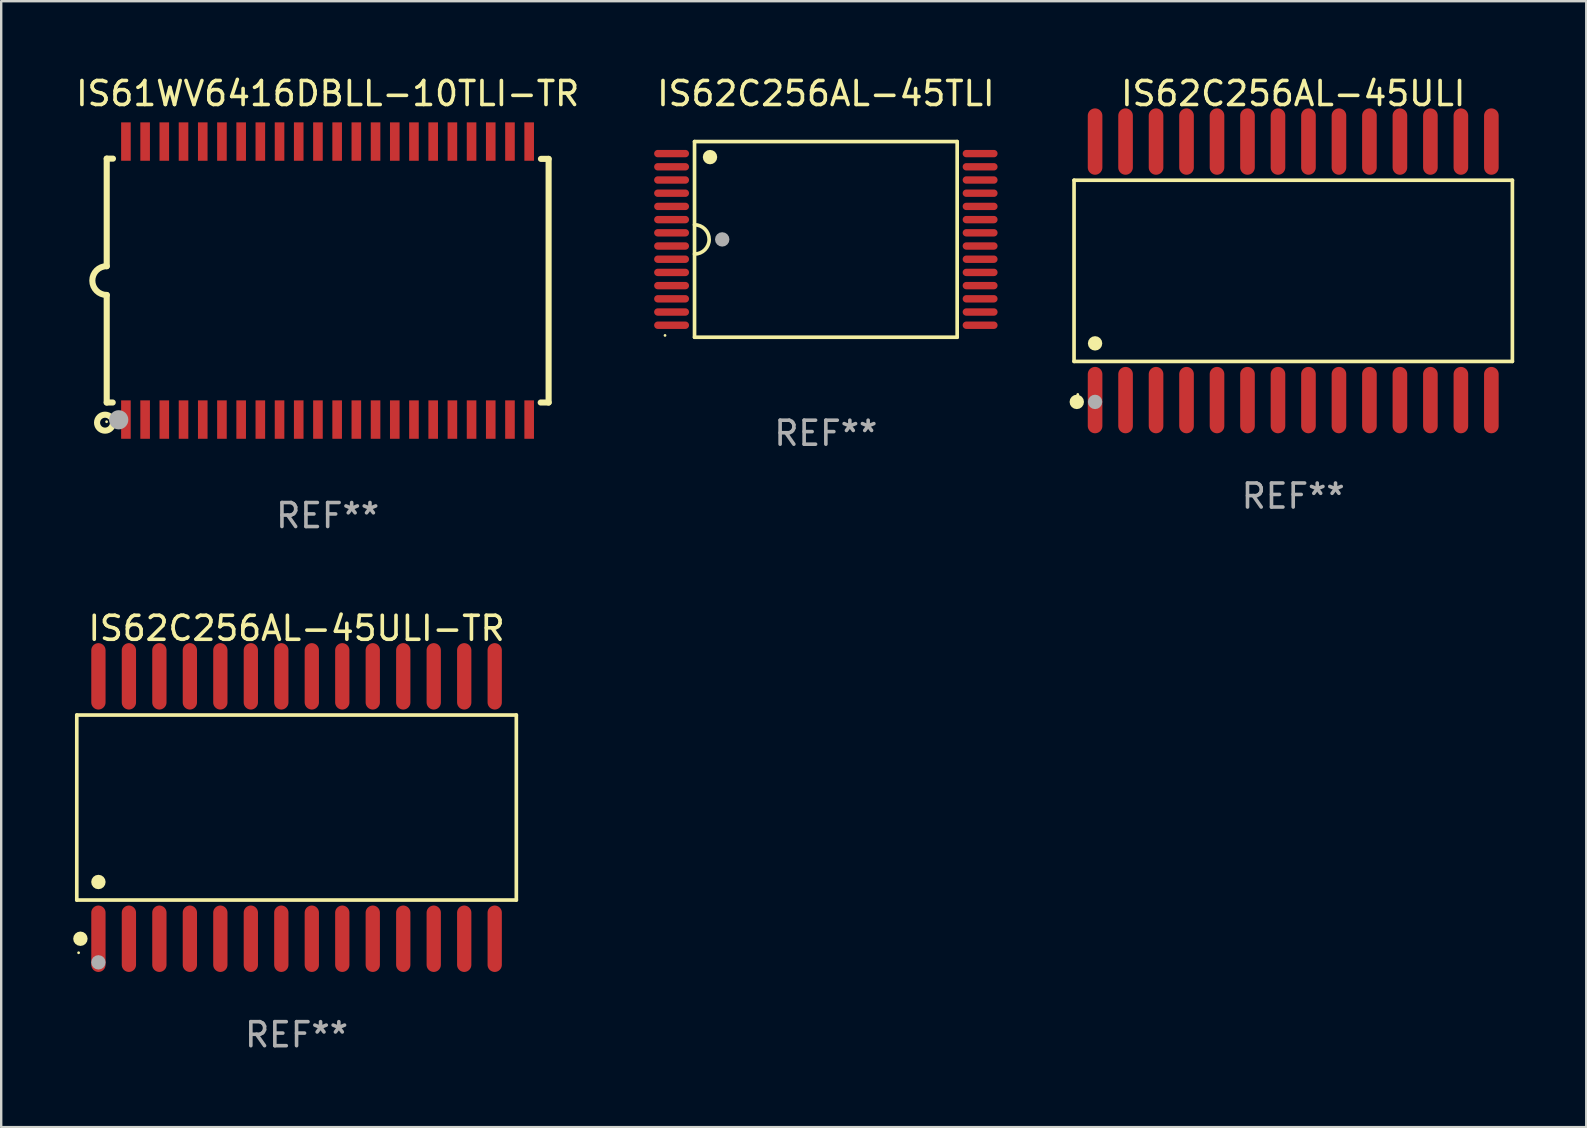
<source format=kicad_pcb>
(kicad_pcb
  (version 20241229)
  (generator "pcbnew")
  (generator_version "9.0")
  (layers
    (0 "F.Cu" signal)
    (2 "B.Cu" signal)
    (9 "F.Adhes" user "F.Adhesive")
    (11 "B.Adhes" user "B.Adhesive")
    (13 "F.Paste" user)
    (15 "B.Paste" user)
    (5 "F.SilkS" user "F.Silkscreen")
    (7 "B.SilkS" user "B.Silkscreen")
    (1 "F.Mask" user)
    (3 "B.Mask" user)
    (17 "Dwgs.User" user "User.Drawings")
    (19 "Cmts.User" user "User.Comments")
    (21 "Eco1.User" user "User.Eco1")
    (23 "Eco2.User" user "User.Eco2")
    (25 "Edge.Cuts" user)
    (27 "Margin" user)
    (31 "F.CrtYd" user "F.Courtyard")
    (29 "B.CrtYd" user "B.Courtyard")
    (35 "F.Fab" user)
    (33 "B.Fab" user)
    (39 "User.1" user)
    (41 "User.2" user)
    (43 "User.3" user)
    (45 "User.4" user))
  (footprint "IS62C256AL-45ULI-TR"
    (layer "F.Cu")
    (at 9.305 30.593)
    (property "Reference" "IS62C256AL-45ULI-TR" (at 0 -7.466 0) (layer "F.SilkS") (effects (font (size 1 1) (thickness 0.15))))
    (attr through_hole)
    (fp_line (start -9.156 -3.854) (end 9.156 -3.854) (stroke (width 0.152) (type solid)) (layer "F.SilkS"))
    (fp_line (start -9.156 3.854) (end -9.156 -3.854) (stroke (width 0.152) (type solid)) (layer "F.SilkS"))
    (fp_line (start 9.156 -3.854) (end 9.156 3.854) (stroke (width 0.152) (type solid)) (layer "F.SilkS"))
    (fp_line (start 9.156 3.854) (end -9.156 3.854) (stroke (width 0.152) (type solid)) (layer "F.SilkS"))
    (fp_circle (center -9.08 6.05) (end -9.05 6.05) (stroke (width 0.06) (type solid)) (fill no) (layer "F.SilkS"))
    (fp_circle (center -9.005 5.466) (end -8.855 5.466) (stroke (width 0.3) (type solid)) (fill no) (layer "F.SilkS"))
    (fp_circle (center -8.255 3.102) (end -8.105 3.102) (stroke (width 0.3) (type solid)) (fill no) (layer "F.SilkS"))
    (fp_circle (center -8.255 6.45) (end -8.105 6.45) (stroke (width 0.3) (type solid)) (fill no) (layer "F.Fab"))
    (fp_text user "REF**" (at 0 9.466 0) (layer "F.Fab") (effects (font (size 1 1) (thickness 0.15))))
    (pad "1" smd oval (at -8.255 5.466) (size 0.595 2.766) (layers "F.Cu" "F.Mask" "F.Paste"))
    (pad "2" smd oval (at -6.985 5.466) (size 0.595 2.766) (layers "F.Cu" "F.Mask" "F.Paste"))
    (pad "3" smd oval (at -5.715 5.466) (size 0.595 2.766) (layers "F.Cu" "F.Mask" "F.Paste"))
    (pad "4" smd oval (at -4.445 5.466) (size 0.595 2.766) (layers "F.Cu" "F.Mask" "F.Paste"))
    (pad "5" smd oval (at -3.175 5.466) (size 0.595 2.766) (layers "F.Cu" "F.Mask" "F.Paste"))
    (pad "6" smd oval (at -1.905 5.466) (size 0.595 2.766) (layers "F.Cu" "F.Mask" "F.Paste"))
    (pad "7" smd oval (at -0.635 5.466) (size 0.595 2.766) (layers "F.Cu" "F.Mask" "F.Paste"))
    (pad "8" smd oval (at 0.635 5.466) (size 0.595 2.766) (layers "F.Cu" "F.Mask" "F.Paste"))
    (pad "9" smd oval (at 1.905 5.466) (size 0.595 2.766) (layers "F.Cu" "F.Mask" "F.Paste"))
    (pad "10" smd oval (at 3.175 5.466) (size 0.595 2.766) (layers "F.Cu" "F.Mask" "F.Paste"))
    (pad "11" smd oval (at 4.445 5.466) (size 0.595 2.766) (layers "F.Cu" "F.Mask" "F.Paste"))
    (pad "12" smd oval (at 5.715 5.466) (size 0.595 2.766) (layers "F.Cu" "F.Mask" "F.Paste"))
    (pad "13" smd oval (at 6.985 5.466) (size 0.595 2.766) (layers "F.Cu" "F.Mask" "F.Paste"))
    (pad "14" smd oval (at 8.255 5.466) (size 0.595 2.766) (layers "F.Cu" "F.Mask" "F.Paste"))
    (pad "15" smd oval (at 8.255 -5.466) (size 0.595 2.766) (layers "F.Cu" "F.Mask" "F.Paste"))
    (pad "16" smd oval (at 6.985 -5.466) (size 0.595 2.766) (layers "F.Cu" "F.Mask" "F.Paste"))
    (pad "17" smd oval (at 5.715 -5.466) (size 0.595 2.766) (layers "F.Cu" "F.Mask" "F.Paste"))
    (pad "18" smd oval (at 4.445 -5.466) (size 0.595 2.766) (layers "F.Cu" "F.Mask" "F.Paste"))
    (pad "19" smd oval (at 3.175 -5.466) (size 0.595 2.766) (layers "F.Cu" "F.Mask" "F.Paste"))
    (pad "20" smd oval (at 1.905 -5.466) (size 0.595 2.766) (layers "F.Cu" "F.Mask" "F.Paste"))
    (pad "21" smd oval (at 0.635 -5.466) (size 0.595 2.766) (layers "F.Cu" "F.Mask" "F.Paste"))
    (pad "22" smd oval (at -0.635 -5.466) (size 0.595 2.766) (layers "F.Cu" "F.Mask" "F.Paste"))
    (pad "23" smd oval (at -1.905 -5.466) (size 0.595 2.766) (layers "F.Cu" "F.Mask" "F.Paste"))
    (pad "24" smd oval (at -3.175 -5.466) (size 0.595 2.766) (layers "F.Cu" "F.Mask" "F.Paste"))
    (pad "25" smd oval (at -4.445 -5.466) (size 0.595 2.766) (layers "F.Cu" "F.Mask" "F.Paste"))
    (pad "26" smd oval (at -5.715 -5.466) (size 0.595 2.766) (layers "F.Cu" "F.Mask" "F.Paste"))
    (pad "27" smd oval (at -6.985 -5.466) (size 0.595 2.766) (layers "F.Cu" "F.Mask" "F.Paste"))
    (pad "28" smd oval (at -8.255 -5.466) (size 0.595 2.766) (layers "F.Cu" "F.Mask" "F.Paste")))
  (footprint "IS62C256AL-45TLI"
    (layer "F.Cu")
    (at 31.356 6.924)
    (property "Reference" "IS62C256AL-45TLI" (at 0 -6.076 0) (layer "F.SilkS") (effects (font (size 1 1) (thickness 0.15))))
    (attr through_hole)
    (fp_line (start -5.471 -4.076) (end 5.471 -4.076) (stroke (width 0.152) (type solid)) (layer "F.SilkS"))
    (fp_line (start -5.471 4.076) (end -5.471 -4.076) (stroke (width 0.152) (type solid)) (layer "F.SilkS"))
    (fp_line (start 5.471 -4.076) (end 5.471 4.076) (stroke (width 0.152) (type solid)) (layer "F.SilkS"))
    (fp_line (start 5.471 4.076) (end -5.471 4.076) (stroke (width 0.152) (type solid)) (layer "F.SilkS"))
    (fp_arc (start -5.471424 -0.609524) (mid -4.861875 -0.000113) (end -5.471171 0.60955) (stroke (width 0.1524) (type solid)) (layer "F.SilkS"))
    (fp_circle (center -6.7 4) (end -6.67 4) (stroke (width 0.06) (type solid)) (fill no) (layer "F.SilkS"))
    (fp_circle (center -4.826 -3.429) (end -4.676 -3.429) (stroke (width 0.3) (type solid)) (fill no) (layer "F.SilkS"))
    (fp_circle (center -4.318 0) (end -4.168 0) (stroke (width 0.3) (type solid)) (fill no) (layer "F.Fab"))
    (fp_text user "REF**" (at 0 8.076 0) (layer "F.Fab") (effects (font (size 1 1) (thickness 0.15))))
    (pad "1" smd oval (at -6.427 0.275 270) (size 0.308 1.454) (layers "F.Cu" "F.Mask" "F.Paste"))
    (pad "2" smd oval (at -6.427 0.825 270) (size 0.308 1.454) (layers "F.Cu" "F.Mask" "F.Paste"))
    (pad "3" smd oval (at -6.427 1.375 270) (size 0.308 1.454) (layers "F.Cu" "F.Mask" "F.Paste"))
    (pad "4" smd oval (at -6.427 1.925 270) (size 0.308 1.454) (layers "F.Cu" "F.Mask" "F.Paste"))
    (pad "5" smd oval (at -6.427 2.475 270) (size 0.308 1.454) (layers "F.Cu" "F.Mask" "F.Paste"))
    (pad "6" smd oval (at -6.427 3.025 270) (size 0.308 1.454) (layers "F.Cu" "F.Mask" "F.Paste"))
    (pad "7" smd oval (at -6.427 3.575 270) (size 0.308 1.454) (layers "F.Cu" "F.Mask" "F.Paste"))
    (pad "8" smd oval (at 6.427 3.575 270) (size 0.308 1.454) (layers "F.Cu" "F.Mask" "F.Paste"))
    (pad "9" smd oval (at 6.427 3.025 270) (size 0.308 1.454) (layers "F.Cu" "F.Mask" "F.Paste"))
    (pad "10" smd oval (at 6.427 2.475 270) (size 0.308 1.454) (layers "F.Cu" "F.Mask" "F.Paste"))
    (pad "11" smd oval (at 6.427 1.925 270) (size 0.308 1.454) (layers "F.Cu" "F.Mask" "F.Paste"))
    (pad "12" smd oval (at 6.427 1.375 270) (size 0.308 1.454) (layers "F.Cu" "F.Mask" "F.Paste"))
    (pad "13" smd oval (at 6.427 0.825 270) (size 0.308 1.454) (layers "F.Cu" "F.Mask" "F.Paste"))
    (pad "14" smd oval (at 6.427 0.275 270) (size 0.308 1.454) (layers "F.Cu" "F.Mask" "F.Paste"))
    (pad "15" smd oval (at 6.427 -0.275 270) (size 0.308 1.454) (layers "F.Cu" "F.Mask" "F.Paste"))
    (pad "16" smd oval (at 6.427 -0.825 270) (size 0.308 1.454) (layers "F.Cu" "F.Mask" "F.Paste"))
    (pad "17" smd oval (at 6.427 -1.375 270) (size 0.308 1.454) (layers "F.Cu" "F.Mask" "F.Paste"))
    (pad "18" smd oval (at 6.427 -1.925 270) (size 0.308 1.454) (layers "F.Cu" "F.Mask" "F.Paste"))
    (pad "19" smd oval (at 6.427 -2.475 270) (size 0.308 1.454) (layers "F.Cu" "F.Mask" "F.Paste"))
    (pad "20" smd oval (at 6.427 -3.025 270) (size 0.308 1.454) (layers "F.Cu" "F.Mask" "F.Paste"))
    (pad "21" smd oval (at 6.427 -3.575 270) (size 0.308 1.454) (layers "F.Cu" "F.Mask" "F.Paste"))
    (pad "22" smd oval (at -6.427 -3.575 270) (size 0.308 1.454) (layers "F.Cu" "F.Mask" "F.Paste"))
    (pad "23" smd oval (at -6.427 -3.025 270) (size 0.308 1.454) (layers "F.Cu" "F.Mask" "F.Paste"))
    (pad "24" smd oval (at -6.427 -2.475 270) (size 0.308 1.454) (layers "F.Cu" "F.Mask" "F.Paste"))
    (pad "25" smd oval (at -6.427 -1.925 270) (size 0.308 1.454) (layers "F.Cu" "F.Mask" "F.Paste"))
    (pad "26" smd oval (at -6.427 -1.375 270) (size 0.308 1.454) (layers "F.Cu" "F.Mask" "F.Paste"))
    (pad "27" smd oval (at -6.427 -0.825 270) (size 0.308 1.454) (layers "F.Cu" "F.Mask" "F.Paste"))
    (pad "28" smd oval (at -6.427 -0.275 270) (size 0.308 1.454) (layers "F.Cu" "F.Mask" "F.Paste")))
  (footprint "IS62C256AL-45ULI"
    (layer "F.Cu")
    (at 50.827 8.233)
    (property "Reference" "IS62C256AL-45ULI" (at 0 -7.385 0) (layer "F.SilkS") (effects (font (size 1 1) (thickness 0.15))))
    (attr through_hole)
    (fp_line (start -9.131 -3.774) (end 9.131 -3.774) (stroke (width 0.152) (type solid)) (layer "F.SilkS"))
    (fp_line (start -9.131 3.774) (end -9.131 -3.774) (stroke (width 0.152) (type solid)) (layer "F.SilkS"))
    (fp_line (start 9.131 -3.774) (end 9.131 3.774) (stroke (width 0.152) (type solid)) (layer "F.SilkS"))
    (fp_line (start 9.131 3.774) (end -9.131 3.774) (stroke (width 0.152) (type solid)) (layer "F.SilkS"))
    (fp_circle (center -9.017 5.461) (end -8.867 5.461) (stroke (width 0.3) (type solid)) (fill no) (layer "F.SilkS"))
    (fp_circle (center -8.975 5.15) (end -8.945 5.15) (stroke (width 0.06) (type solid)) (fill no) (layer "F.SilkS"))
    (fp_circle (center -8.255 3.022) (end -8.105 3.022) (stroke (width 0.3) (type solid)) (fill no) (layer "F.SilkS"))
    (fp_circle (center -8.255 5.461) (end -8.105 5.461) (stroke (width 0.3) (type solid)) (fill no) (layer "F.Fab"))
    (fp_text user "REF**" (at 0 9.385 0) (layer "F.Fab") (effects (font (size 1 1) (thickness 0.15))))
    (pad "1" smd oval (at -8.255 5.385) (size 0.609 2.765) (layers "F.Cu" "F.Mask" "F.Paste"))
    (pad "2" smd oval (at -6.985 5.385) (size 0.609 2.765) (layers "F.Cu" "F.Mask" "F.Paste"))
    (pad "3" smd oval (at -5.715 5.385) (size 0.609 2.765) (layers "F.Cu" "F.Mask" "F.Paste"))
    (pad "4" smd oval (at -4.445 5.385) (size 0.609 2.765) (layers "F.Cu" "F.Mask" "F.Paste"))
    (pad "5" smd oval (at -3.175 5.385) (size 0.609 2.765) (layers "F.Cu" "F.Mask" "F.Paste"))
    (pad "6" smd oval (at -1.905 5.385) (size 0.609 2.765) (layers "F.Cu" "F.Mask" "F.Paste"))
    (pad "7" smd oval (at -0.635 5.385) (size 0.609 2.765) (layers "F.Cu" "F.Mask" "F.Paste"))
    (pad "8" smd oval (at 0.635 5.385) (size 0.609 2.765) (layers "F.Cu" "F.Mask" "F.Paste"))
    (pad "9" smd oval (at 1.905 5.385) (size 0.609 2.765) (layers "F.Cu" "F.Mask" "F.Paste"))
    (pad "10" smd oval (at 3.175 5.385) (size 0.609 2.765) (layers "F.Cu" "F.Mask" "F.Paste"))
    (pad "11" smd oval (at 4.445 5.385) (size 0.609 2.765) (layers "F.Cu" "F.Mask" "F.Paste"))
    (pad "12" smd oval (at 5.715 5.385) (size 0.609 2.765) (layers "F.Cu" "F.Mask" "F.Paste"))
    (pad "13" smd oval (at 6.985 5.385) (size 0.609 2.765) (layers "F.Cu" "F.Mask" "F.Paste"))
    (pad "14" smd oval (at 8.255 5.385) (size 0.609 2.765) (layers "F.Cu" "F.Mask" "F.Paste"))
    (pad "15" smd oval (at 8.255 -5.385) (size 0.609 2.765) (layers "F.Cu" "F.Mask" "F.Paste"))
    (pad "16" smd oval (at 6.985 -5.385) (size 0.609 2.765) (layers "F.Cu" "F.Mask" "F.Paste"))
    (pad "17" smd oval (at 5.715 -5.385) (size 0.609 2.765) (layers "F.Cu" "F.Mask" "F.Paste"))
    (pad "18" smd oval (at 4.445 -5.385) (size 0.609 2.765) (layers "F.Cu" "F.Mask" "F.Paste"))
    (pad "19" smd oval (at 3.175 -5.385) (size 0.609 2.765) (layers "F.Cu" "F.Mask" "F.Paste"))
    (pad "20" smd oval (at 1.905 -5.385) (size 0.609 2.765) (layers "F.Cu" "F.Mask" "F.Paste"))
    (pad "21" smd oval (at 0.635 -5.385) (size 0.609 2.765) (layers "F.Cu" "F.Mask" "F.Paste"))
    (pad "22" smd oval (at -0.635 -5.385) (size 0.609 2.765) (layers "F.Cu" "F.Mask" "F.Paste"))
    (pad "23" smd oval (at -1.905 -5.385) (size 0.609 2.765) (layers "F.Cu" "F.Mask" "F.Paste"))
    (pad "24" smd oval (at -3.175 -5.385) (size 0.609 2.765) (layers "F.Cu" "F.Mask" "F.Paste"))
    (pad "25" smd oval (at -4.445 -5.385) (size 0.609 2.765) (layers "F.Cu" "F.Mask" "F.Paste"))
    (pad "26" smd oval (at -5.715 -5.385) (size 0.609 2.765) (layers "F.Cu" "F.Mask" "F.Paste"))
    (pad "27" smd oval (at -6.985 -5.385) (size 0.609 2.765) (layers "F.Cu" "F.Mask" "F.Paste"))
    (pad "28" smd oval (at -8.255 -5.385) (size 0.609 2.765) (layers "F.Cu" "F.Mask" "F.Paste")))
  (footprint "IS61WV6416DBLL-10TLI-TR"
    (layer "F.Cu")
    (at 10.601 8.639)
    (property "Reference" "IS61WV6416DBLL-10TLI-TR" (at 0 -7.791 0) (layer "F.SilkS") (effects (font (size 1 1) (thickness 0.15))))
    (attr through_hole)
    (fp_line (start -9.205 -5.08) (end -9.205 -0.6) (stroke (width 0.254) (type solid)) (layer "F.SilkS"))
    (fp_line (start -9.205 5.08) (end -9.205 0.6) (stroke (width 0.254) (type solid)) (layer "F.SilkS"))
    (fp_line (start -8.955 5.08) (end -9.205 5.08) (stroke (width 0.254) (type solid)) (layer "F.SilkS"))
    (fp_line (start -8.945 -5.08) (end -9.205 -5.08) (stroke (width 0.254) (type solid)) (layer "F.SilkS"))
    (fp_line (start 8.885 -5.07) (end 9.205 -5.07) (stroke (width 0.254) (type solid)) (layer "F.SilkS"))
    (fp_line (start 9.205 -5.07) (end 9.205 5.08) (stroke (width 0.254) (type solid)) (layer "F.SilkS"))
    (fp_line (start 9.205 5.08) (end 8.875 5.08) (stroke (width 0.254) (type solid)) (layer "F.SilkS"))
    (fp_arc (start -9.204978 0.6) (mid -9.804623 0.000241) (end -9.204902 -0.599442) (stroke (width 0.254001) (type solid)) (layer "F.SilkS"))
    (fp_circle (center -9.275 5.92) (end -8.942 5.92) (stroke (width 0.254) (type solid)) (fill no) (layer "F.SilkS"))
    (fp_circle (center -9.21 5.88) (end -9.18 5.88) (stroke (width 0.06) (type solid)) (fill no) (layer "F.SilkS"))
    (fp_circle (center -8.705 5.8) (end -8.505 5.8) (stroke (width 0.4) (type solid)) (fill no) (layer "F.Fab"))
    (fp_text user "REF**" (at 0 9.791 0) (layer "F.Fab") (effects (font (size 1 1) (thickness 0.15))))
    (pad "1" smd rect (at -8.405 5.791) (size 0.4 1.6) (layers "F.Cu" "F.Mask" "F.Paste"))
    (pad "2" smd rect (at -7.605 5.791) (size 0.4 1.6) (layers "F.Cu" "F.Mask" "F.Paste"))
    (pad "3" smd rect (at -6.806 5.791) (size 0.4 1.6) (layers "F.Cu" "F.Mask" "F.Paste"))
    (pad "4" smd rect (at -6.005 5.791) (size 0.4 1.6) (layers "F.Cu" "F.Mask" "F.Paste"))
    (pad "5" smd rect (at -5.204 5.791) (size 0.4 1.6) (layers "F.Cu" "F.Mask" "F.Paste"))
    (pad "6" smd rect (at -4.405 5.791) (size 0.4 1.6) (layers "F.Cu" "F.Mask" "F.Paste"))
    (pad "7" smd rect (at -3.604 5.791) (size 0.4 1.6) (layers "F.Cu" "F.Mask" "F.Paste"))
    (pad "8" smd rect (at -2.805 5.791) (size 0.4 1.6) (layers "F.Cu" "F.Mask" "F.Paste"))
    (pad "9" smd rect (at -2.005 5.791) (size 0.4 1.6) (layers "F.Cu" "F.Mask" "F.Paste"))
    (pad "10" smd rect (at -1.206 5.791) (size 0.4 1.6) (layers "F.Cu" "F.Mask" "F.Paste"))
    (pad "11" smd rect (at -0.405 5.791) (size 0.4 1.6) (layers "F.Cu" "F.Mask" "F.Paste"))
    (pad "12" smd rect (at 0.395 5.791) (size 0.4 1.6) (layers "F.Cu" "F.Mask" "F.Paste"))
    (pad "13" smd rect (at 1.194 5.791) (size 0.4 1.6) (layers "F.Cu" "F.Mask" "F.Paste"))
    (pad "14" smd rect (at 1.995 5.791) (size 0.4 1.6) (layers "F.Cu" "F.Mask" "F.Paste"))
    (pad "15" smd rect (at 2.796 5.791) (size 0.4 1.6) (layers "F.Cu" "F.Mask" "F.Paste"))
    (pad "16" smd rect (at 3.595 5.791) (size 0.4 1.6) (layers "F.Cu" "F.Mask" "F.Paste"))
    (pad "17" smd rect (at 4.396 5.791) (size 0.4 1.6) (layers "F.Cu" "F.Mask" "F.Paste"))
    (pad "18" smd rect (at 5.196 5.791) (size 0.4 1.6) (layers "F.Cu" "F.Mask" "F.Paste"))
    (pad "19" smd rect (at 5.995 5.791) (size 0.4 1.6) (layers "F.Cu" "F.Mask" "F.Paste"))
    (pad "20" smd rect (at 6.794 5.791) (size 0.4 1.6) (layers "F.Cu" "F.Mask" "F.Paste"))
    (pad "21" smd rect (at 7.595 5.791) (size 0.4 1.6) (layers "F.Cu" "F.Mask" "F.Paste"))
    (pad "22" smd rect (at 8.395 5.791) (size 0.4 1.6) (layers "F.Cu" "F.Mask" "F.Paste"))
    (pad "23" smd rect (at 8.395 -5.791) (size 0.4 1.6) (layers "F.Cu" "F.Mask" "F.Paste"))
    (pad "24" smd rect (at 7.595 -5.791) (size 0.4 1.6) (layers "F.Cu" "F.Mask" "F.Paste"))
    (pad "25" smd rect (at 6.794 -5.791) (size 0.4 1.6) (layers "F.Cu" "F.Mask" "F.Paste"))
    (pad "26" smd rect (at 5.995 -5.791) (size 0.4 1.6) (layers "F.Cu" "F.Mask" "F.Paste"))
    (pad "27" smd rect (at 5.196 -5.791) (size 0.4 1.6) (layers "F.Cu" "F.Mask" "F.Paste"))
    (pad "28" smd rect (at 4.396 -5.791) (size 0.4 1.6) (layers "F.Cu" "F.Mask" "F.Paste"))
    (pad "29" smd rect (at 3.595 -5.791) (size 0.4 1.6) (layers "F.Cu" "F.Mask" "F.Paste"))
    (pad "30" smd rect (at 2.796 -5.791) (size 0.4 1.6) (layers "F.Cu" "F.Mask" "F.Paste"))
    (pad "31" smd rect (at 1.995 -5.791) (size 0.4 1.6) (layers "F.Cu" "F.Mask" "F.Paste"))
    (pad "32" smd rect (at 1.194 -5.791) (size 0.4 1.6) (layers "F.Cu" "F.Mask" "F.Paste"))
    (pad "33" smd rect (at 0.395 -5.791) (size 0.4 1.6) (layers "F.Cu" "F.Mask" "F.Paste"))
    (pad "34" smd rect (at -0.405 -5.791) (size 0.4 1.6) (layers "F.Cu" "F.Mask" "F.Paste"))
    (pad "35" smd rect (at -1.206 -5.791) (size 0.4 1.6) (layers "F.Cu" "F.Mask" "F.Paste"))
    (pad "36" smd rect (at -2.005 -5.791) (size 0.4 1.6) (layers "F.Cu" "F.Mask" "F.Paste"))
    (pad "37" smd rect (at -2.805 -5.791) (size 0.4 1.6) (layers "F.Cu" "F.Mask" "F.Paste"))
    (pad "38" smd rect (at -3.604 -5.791) (size 0.4 1.6) (layers "F.Cu" "F.Mask" "F.Paste"))
    (pad "39" smd rect (at -4.405 -5.791) (size 0.4 1.6) (layers "F.Cu" "F.Mask" "F.Paste"))
    (pad "40" smd rect (at -5.204 -5.791) (size 0.4 1.6) (layers "F.Cu" "F.Mask" "F.Paste"))
    (pad "41" smd rect (at -6.005 -5.791) (size 0.4 1.6) (layers "F.Cu" "F.Mask" "F.Paste"))
    (pad "42" smd rect (at -6.806 -5.791) (size 0.4 1.6) (layers "F.Cu" "F.Mask" "F.Paste"))
    (pad "43" smd rect (at -7.605 -5.791) (size 0.4 1.6) (layers "F.Cu" "F.Mask" "F.Paste"))
    (pad "44" smd rect (at -8.405 -5.791) (size 0.4 1.6) (layers "F.Cu" "F.Mask" "F.Paste")))
  (gr_rect
    (start -3 -3)
    (end 63.035 43.907)
    (stroke (width 0.1) (type default))
    (fill no)
    (layer "Edge.Cuts")))
</source>
